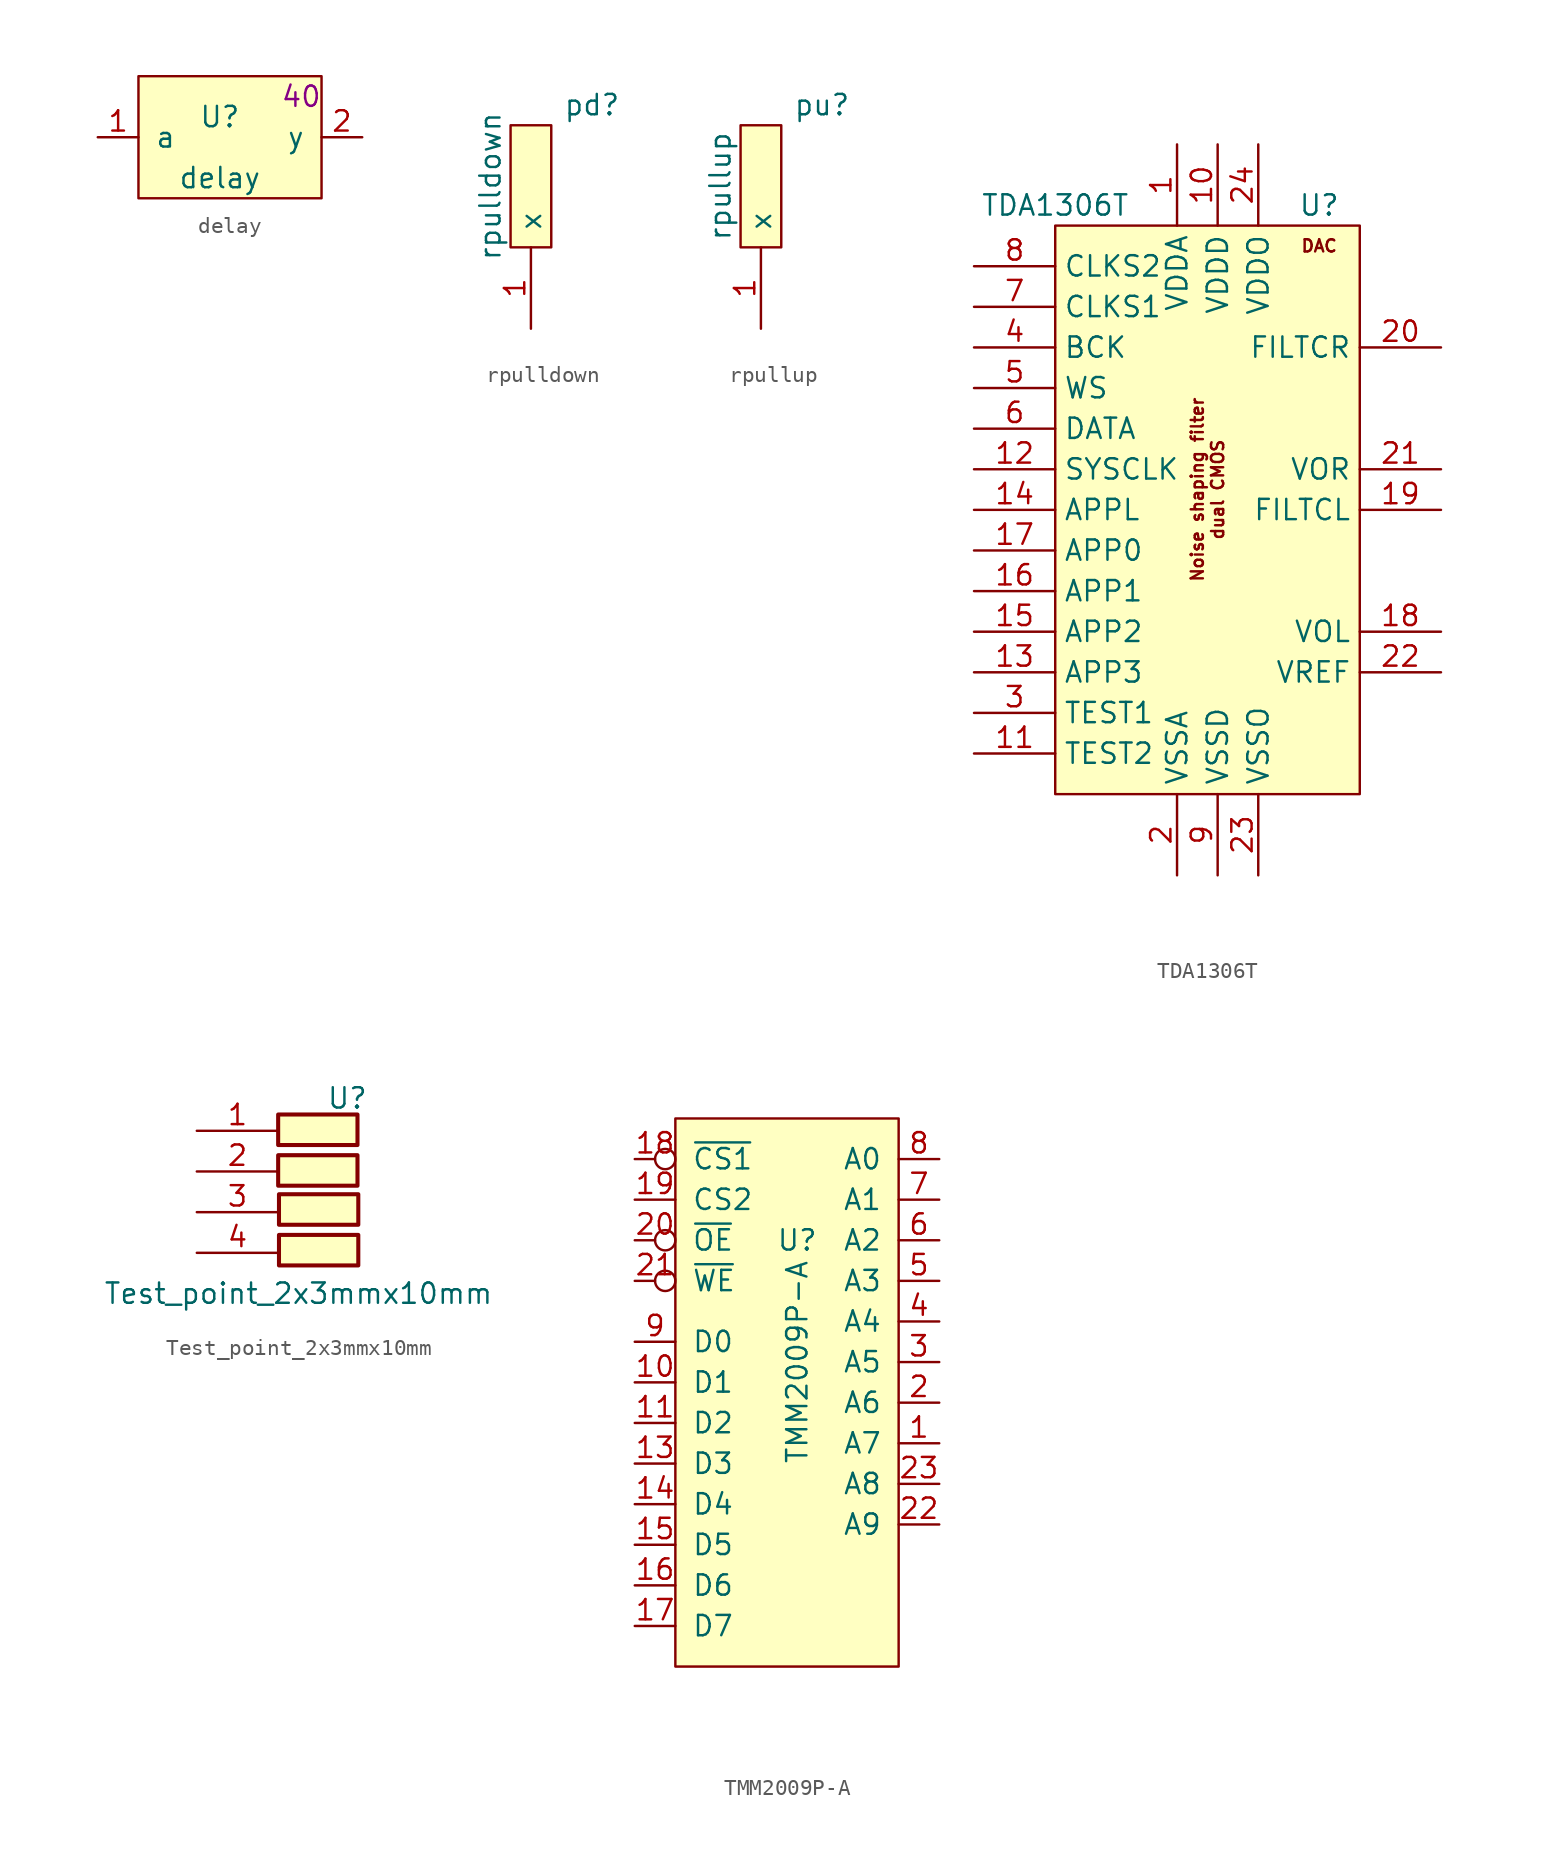
<source format=kicad_sym>
(kicad_symbol_lib
  (version 20231120)
  (generator "kicad_symbol_editor")
  (generator_version "8.0")
  (symbol "delay"
    (pin_names
      (offset 1.016))
    (property "Reference" "U"
      (at 0 1.27 0)
      (effects (font (size 1.27 1.27))))
    (property "Value" "delay"
      (at 0 -2.54 0)
      (effects (font (size 1.27 1.27))))
    (property "delay_time" "40"
      (at 5.08 2.54 0)
      (effects (font (size 1.27 1.27))))
    (symbol "delay_0_1"
      (rectangle (start -5.08 3.81) (end 6.35 -3.81) (stroke (width 0) (type default)) (fill (type background))))
    (symbol "delay_1_1"
      (pin input line (at -7.62 0 0) (length 2.54) (name "a" (effects (font (size 1.27 1.27)))) (number "1" (effects (font (size 1.27 1.27)))))
      (pin output line (at 8.89 0 180) (length 2.54) (name "y" (effects (font (size 1.27 1.27)))) (number "2" (effects (font (size 1.27 1.27)))))))
  (symbol "rpulldown"
    (pin_names
      (offset 1.016))
    (property "Reference" "pd"
      (at 3.81 13.97 0)
      (effects (font (size 1.27 1.27))))
    (property "Value" "rpulldown"
      (at -2.54 8.89 90)
      (effects (font (size 1.27 1.27))))
    (symbol "rpulldown_0_1"
      (rectangle (start -1.27 12.7) (end 1.27 5.08) (stroke (width 0) (type default)) (fill (type background))))
    (symbol "rpulldown_1_0"
      (pin power_in line (at 0 0 90) (length 5.08) (name "x" (effects (font (size 1.27 1.27)))) (number "1" (effects (font (size 1.27 1.27)))))))
  (symbol "rpullup"
    (pin_names
      (offset 1.016))
    (property "Reference" "pu"
      (at 3.81 13.97 0)
      (effects (font (size 1.27 1.27))))
    (property "Value" "rpullup"
      (at -2.54 8.89 90)
      (effects (font (size 1.27 1.27))))
    (symbol "rpullup_0_1"
      (rectangle (start -1.27 12.7) (end 1.27 5.08) (stroke (width 0) (type default)) (fill (type background))))
    (symbol "rpullup_1_0"
      (pin power_in line (at 0 0 90) (length 5.08) (name "x" (effects (font (size 1.27 1.27)))) (number "1" (effects (font (size 1.27 1.27)))))))
  (symbol "TDA1306T"
    (property "Reference" "U"
      (at 6.35 17.78 0)
      (effects (font (size 1.27 1.27))))
    (property "Value" "TDA1306T"
      (at -10.16 17.78 0)
      (effects (font (size 1.27 1.27))))
    (symbol "TDA1306T_0_0"
      (text "DAC" (at 6.35 15.24 0) (effects (font (size 0.762 0.762))))
      (text "dual CMOS" (at 0 0 900) (effects (font (size 0.762 0.762))))
      (text "Noise shaping filter" (at -1.27 0 900) (effects (font (size 0.762 0.762)))))
    (symbol "TDA1306T_0_1"
      (rectangle (start -10.16 16.51) (end 8.89 -19.05) (stroke (width 0.152) (type default)) (fill (type background))))
    (symbol "TDA1306T_1_1"
      (pin power_in line (at -2.54 21.59 270) (length 5.08) (name "VDDA" (effects (font (size 1.27 1.27)))) (number "1" (effects (font (size 1.27 1.27)))))
      (pin power_in line (at 0 21.59 270) (length 5.08) (name "VDDD" (effects (font (size 1.27 1.27)))) (number "10" (effects (font (size 1.27 1.27)))))
      (pin input line (at -15.24 -16.51 0) (length 5.08) (name "TEST2" (effects (font (size 1.27 1.27)))) (number "11" (effects (font (size 1.27 1.27)))))
      (pin input line (at -15.24 1.27 0) (length 5.08) (name "SYSCLK" (effects (font (size 1.27 1.27)))) (number "12" (effects (font (size 1.27 1.27)))))
      (pin input line (at -15.24 -11.43 0) (length 5.08) (name "APP3" (effects (font (size 1.27 1.27)))) (number "13" (effects (font (size 1.27 1.27)))))
      (pin input line (at -15.24 -1.27 0) (length 5.08) (name "APPL" (effects (font (size 1.27 1.27)))) (number "14" (effects (font (size 1.27 1.27)))))
      (pin input line (at -15.24 -8.89 0) (length 5.08) (name "APP2" (effects (font (size 1.27 1.27)))) (number "15" (effects (font (size 1.27 1.27)))))
      (pin input line (at -15.24 -6.35 0) (length 5.08) (name "APP1" (effects (font (size 1.27 1.27)))) (number "16" (effects (font (size 1.27 1.27)))))
      (pin input line (at -15.24 -3.81 0) (length 5.08) (name "APP0" (effects (font (size 1.27 1.27)))) (number "17" (effects (font (size 1.27 1.27)))))
      (pin output line (at 13.97 -8.89 180) (length 5.08) (name "VOL" (effects (font (size 1.27 1.27)))) (number "18" (effects (font (size 1.27 1.27)))))
      (pin output line (at 13.97 -1.27 180) (length 5.08) (name "FILTCL" (effects (font (size 1.27 1.27)))) (number "19" (effects (font (size 1.27 1.27)))))
      (pin power_in line (at -2.54 -24.13 90) (length 5.08) (name "VSSA" (effects (font (size 1.27 1.27)))) (number "2" (effects (font (size 1.27 1.27)))))
      (pin output line (at 13.97 8.89 180) (length 5.08) (name "FILTCR" (effects (font (size 1.27 1.27)))) (number "20" (effects (font (size 1.27 1.27)))))
      (pin output line (at 13.97 1.27 180) (length 5.08) (name "VOR" (effects (font (size 1.27 1.27)))) (number "21" (effects (font (size 1.27 1.27)))))
      (pin output line (at 13.97 -11.43 180) (length 5.08) (name "VREF" (effects (font (size 1.27 1.27)))) (number "22" (effects (font (size 1.27 1.27)))))
      (pin power_in line (at 2.54 -24.13 90) (length 5.08) (name "VSSO" (effects (font (size 1.27 1.27)))) (number "23" (effects (font (size 1.27 1.27)))))
      (pin power_in line (at 2.54 21.59 270) (length 5.08) (name "VDDO" (effects (font (size 1.27 1.27)))) (number "24" (effects (font (size 1.27 1.27)))))
      (pin input line (at -15.24 -13.97 0) (length 5.08) (name "TEST1" (effects (font (size 1.27 1.27)))) (number "3" (effects (font (size 1.27 1.27)))))
      (pin input line (at -15.24 8.89 0) (length 5.08) (name "BCK" (effects (font (size 1.27 1.27)))) (number "4" (effects (font (size 1.27 1.27)))))
      (pin input line (at -15.24 6.35 0) (length 5.08) (name "WS" (effects (font (size 1.27 1.27)))) (number "5" (effects (font (size 1.27 1.27)))))
      (pin input line (at -15.24 3.81 0) (length 5.08) (name "DATA" (effects (font (size 1.27 1.27)))) (number "6" (effects (font (size 1.27 1.27)))))
      (pin input line (at -15.24 11.43 0) (length 5.08) (name "CLKS1" (effects (font (size 1.27 1.27)))) (number "7" (effects (font (size 1.27 1.27)))))
      (pin input line (at -15.24 13.97 0) (length 5.08) (name "CLKS2" (effects (font (size 1.27 1.27)))) (number "8" (effects (font (size 1.27 1.27)))))
      (pin power_in line (at 0 -24.13 90) (length 5.08) (name "VSSD" (effects (font (size 1.27 1.27)))) (number "9" (effects (font (size 1.27 1.27)))))))
  (symbol "Test_point_2x3mmx10mm"
    (property "Reference" "U"
      (at 3.048 8.382 0)
      (effects (font (size 1.27 1.27))))
    (property "Value" "Test_point_2x3mmx10mm"
      (at 0 -3.81 0)
      (effects (font (size 1.27 1.27))))
    (symbol "Test_point_2x3mmx10mm_0_1"
      (rectangle (start -1.27 4.826) (end 3.683 2.921) (stroke (width 0.254) (type default)) (fill (type background)))
      (rectangle (start -1.27 7.366) (end 3.683 5.461) (stroke (width 0.254) (type default)) (fill (type background)))
      (rectangle (start -1.219 -0.152) (end 3.734 -2.057) (stroke (width 0.254) (type default)) (fill (type background)))
      (rectangle (start -1.219 2.388) (end 3.734 0.483) (stroke (width 0.254) (type default)) (fill (type background))))
    (symbol "Test_point_2x3mmx10mm_1_1"
      (pin passive line (at -6.35 6.35 0) (length 5.08) (name "" (effects (font (size 1.27 1.27)))) (number "1" (effects (font (size 1.27 1.27)))))
      (pin passive line (at -6.35 3.81 0) (length 5.08) (name "" (effects (font (size 1.27 1.27)))) (number "2" (effects (font (size 1.27 1.27)))))
      (pin passive line (at -6.35 1.27 0) (length 5.08) (name "" (effects (font (size 1.27 1.27)))) (number "3" (effects (font (size 1.27 1.27)))))
      (pin passive line (at -6.35 -1.27 0) (length 5.08) (name "" (effects (font (size 1.27 1.27)))) (number "4" (effects (font (size 1.27 1.27)))))))
  (symbol "TMM2009P-A"
    (pin_names
      (offset 1.016))
    (property "Reference" "U"
      (at 0 0 0)
      (effects (font (size 1.27 1.27))))
    (property "Value" "TMM2009P-A"
      (at 0 -7.62 90)
      (effects (font (size 1.27 1.27))))
    (symbol "TMM2009P-A_0_1"
      (rectangle (start -7.62 7.62) (end 6.35 -26.67) (stroke (width 0) (type default)) (fill (type background))))
    (symbol "TMM2009P-A_1_1"
      (pin input line (at 8.89 -12.7 180) (length 2.54) (name "A7" (effects (font (size 1.27 1.27)))) (number "1" (effects (font (size 1.27 1.27)))))
      (pin bidirectional line (at -10.16 -8.89 0) (length 2.54) (name "D1" (effects (font (size 1.27 1.27)))) (number "10" (effects (font (size 1.27 1.27)))))
      (pin bidirectional line (at -10.16 -11.43 0) (length 2.54) (name "D2" (effects (font (size 1.27 1.27)))) (number "11" (effects (font (size 1.27 1.27)))))
      (pin power_in line (at 2.54 -29.21 90) (length 2.54) hide (name "VSS" (effects (font (size 1.27 1.27)))) (number "12" (effects (font (size 1.27 1.27)))))
      (pin bidirectional line (at -10.16 -13.97 0) (length 2.54) (name "D3" (effects (font (size 1.27 1.27)))) (number "13" (effects (font (size 1.27 1.27)))))
      (pin bidirectional line (at -10.16 -16.51 0) (length 2.54) (name "D4" (effects (font (size 1.27 1.27)))) (number "14" (effects (font (size 1.27 1.27)))))
      (pin bidirectional line (at -10.16 -19.05 0) (length 2.54) (name "D5" (effects (font (size 1.27 1.27)))) (number "15" (effects (font (size 1.27 1.27)))))
      (pin bidirectional line (at -10.16 -21.59 0) (length 2.54) (name "D6" (effects (font (size 1.27 1.27)))) (number "16" (effects (font (size 1.27 1.27)))))
      (pin bidirectional line (at -10.16 -24.13 0) (length 2.54) (name "D7" (effects (font (size 1.27 1.27)))) (number "17" (effects (font (size 1.27 1.27)))))
      (pin input inverted (at -10.16 5.08 0) (length 2.54) (name "~{CS1}" (effects (font (size 1.27 1.27)))) (number "18" (effects (font (size 1.27 1.27)))))
      (pin input line (at -10.16 2.54 0) (length 2.54) (name "CS2" (effects (font (size 1.27 1.27)))) (number "19" (effects (font (size 1.27 1.27)))))
      (pin input line (at 8.89 -10.16 180) (length 2.54) (name "A6" (effects (font (size 1.27 1.27)))) (number "2" (effects (font (size 1.27 1.27)))))
      (pin input inverted (at -10.16 0 0) (length 2.54) (name "~{OE}" (effects (font (size 1.27 1.27)))) (number "20" (effects (font (size 1.27 1.27)))))
      (pin input inverted (at -10.16 -2.54 0) (length 2.54) (name "~{WE}" (effects (font (size 1.27 1.27)))) (number "21" (effects (font (size 1.27 1.27)))))
      (pin input line (at 8.89 -17.78 180) (length 2.54) (name "A9" (effects (font (size 1.27 1.27)))) (number "22" (effects (font (size 1.27 1.27)))))
      (pin input line (at 8.89 -15.24 180) (length 2.54) (name "A8" (effects (font (size 1.27 1.27)))) (number "23" (effects (font (size 1.27 1.27)))))
      (pin power_in line (at -1.27 -29.21 90) (length 2.54) hide (name "VCC" (effects (font (size 1.27 1.27)))) (number "24" (effects (font (size 1.27 1.27)))))
      (pin input line (at 8.89 -7.62 180) (length 2.54) (name "A5" (effects (font (size 1.27 1.27)))) (number "3" (effects (font (size 1.27 1.27)))))
      (pin input line (at 8.89 -5.08 180) (length 2.54) (name "A4" (effects (font (size 1.27 1.27)))) (number "4" (effects (font (size 1.27 1.27)))))
      (pin input line (at 8.89 -2.54 180) (length 2.54) (name "A3" (effects (font (size 1.27 1.27)))) (number "5" (effects (font (size 1.27 1.27)))))
      (pin input line (at 8.89 0 180) (length 2.54) (name "A2" (effects (font (size 1.27 1.27)))) (number "6" (effects (font (size 1.27 1.27)))))
      (pin input line (at 8.89 2.54 180) (length 2.54) (name "A1" (effects (font (size 1.27 1.27)))) (number "7" (effects (font (size 1.27 1.27)))))
      (pin input line (at 8.89 5.08 180) (length 2.54) (name "A0" (effects (font (size 1.27 1.27)))) (number "8" (effects (font (size 1.27 1.27)))))
      (pin bidirectional line (at -10.16 -6.35 0) (length 2.54) (name "D0" (effects (font (size 1.27 1.27)))) (number "9" (effects (font (size 1.27 1.27))))))))
</source>
